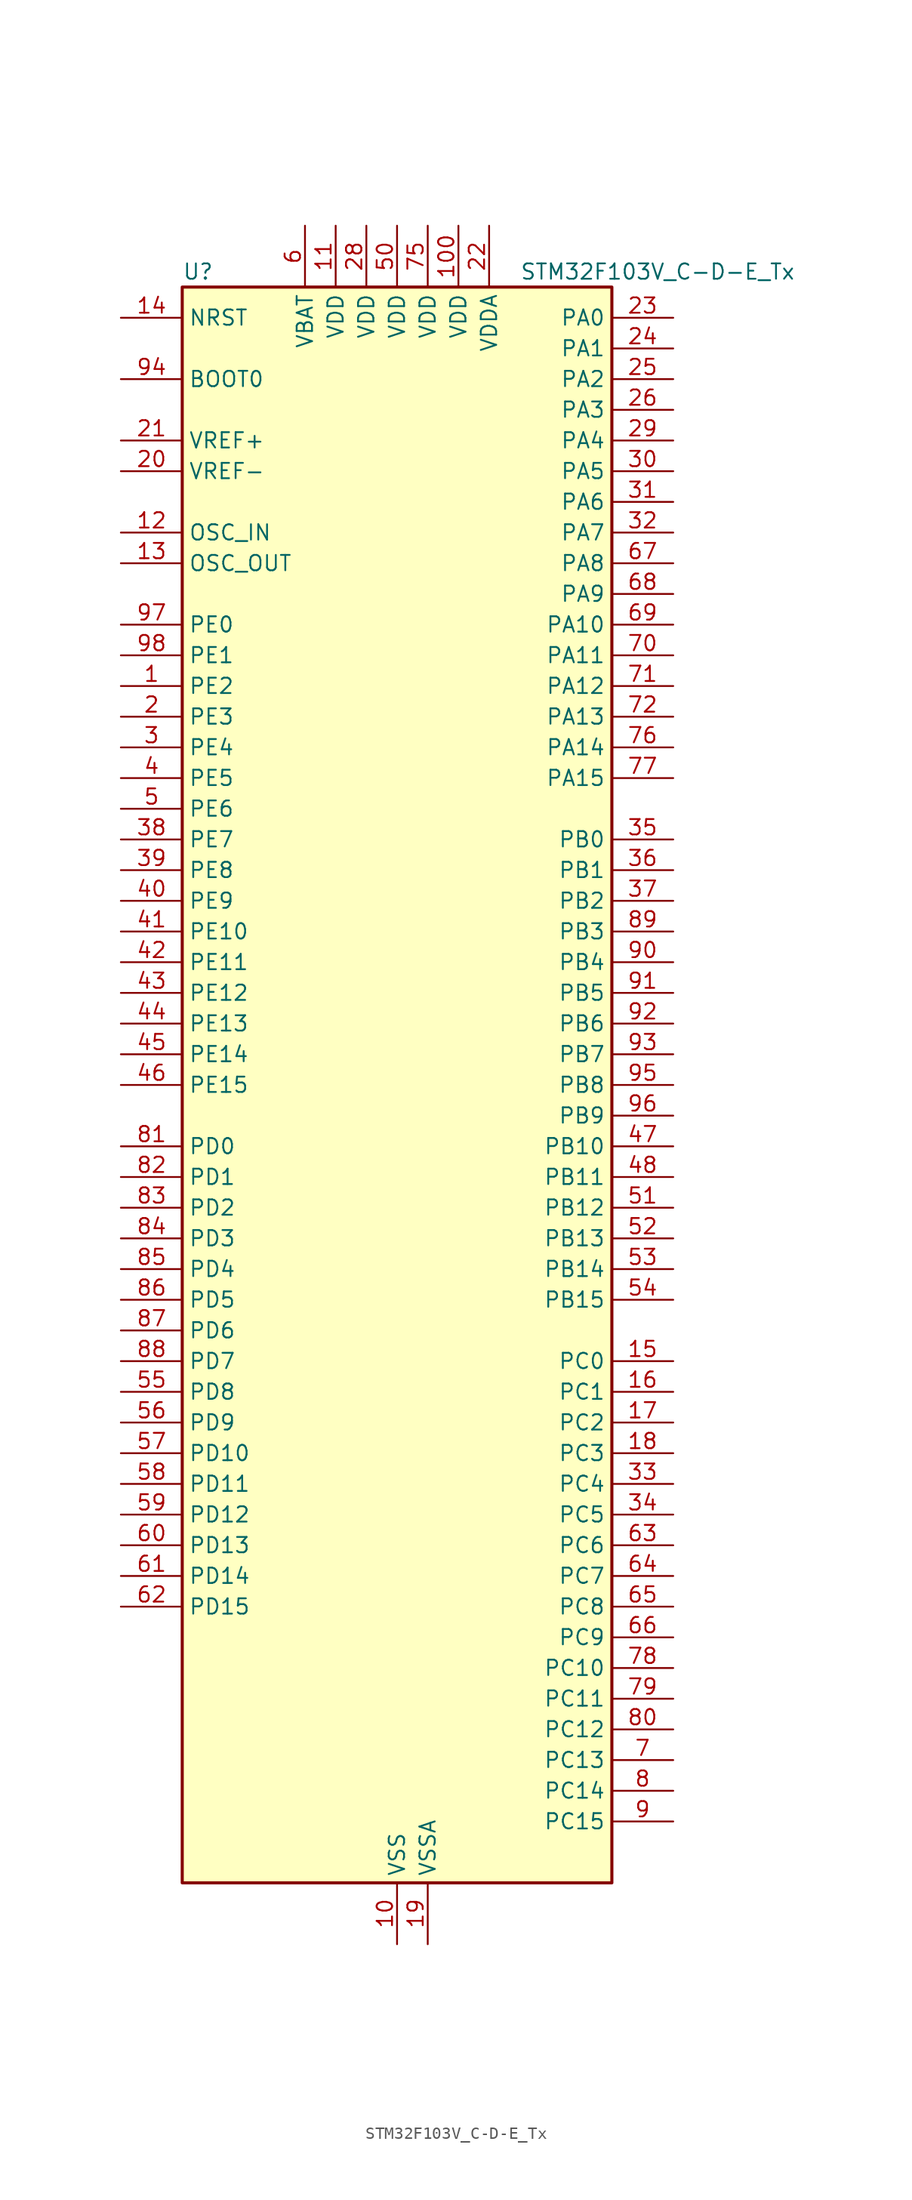
<source format=kicad_sym>
(kicad_symbol_lib
  (version 20220914)
  (generator kicad_symbol_editor)
  (symbol "STM32F103V_C-D-E_Tx"
    (property "Reference" "U"
      (at -17.78 67.31 0)
      (effects (font (size 1.27 1.27)) (justify left)))
    (property "Value" "STM32F103V_C-D-E_Tx"
      (at 10.16 67.31 0)
      (effects (font (size 1.27 1.27)) (justify left)))
    (property "ki_locked" ""
      (at 0 0 0)
      (effects (font (size 1.27 1.27))))
    (symbol "STM32F103V_C-D-E_Tx_0_1"
      (rectangle (start -17.78 -66.04) (end 17.78 66.04) (stroke (width 0.254) (type default)) (fill (type background))))
    (symbol "STM32F103V_C-D-E_Tx_1_1"
      (pin bidirectional line (at -22.86 33.02 0) (length 5.08) (name "PE2" (effects (font (size 1.27 1.27)))) (number "1" (effects (font (size 1.27 1.27)))) (alternate "FSMC_A23" bidirectional line) (alternate "SYS_TRACECLK" bidirectional line))
      (pin power_in line (at 0 -71.12 90) (length 5.08) (name "VSS" (effects (font (size 1.27 1.27)))) (number "10" (effects (font (size 1.27 1.27)))))
      (pin power_in line (at 5.08 71.12 270) (length 5.08) (name "VDD" (effects (font (size 1.27 1.27)))) (number "100" (effects (font (size 1.27 1.27)))))
      (pin power_in line (at -5.08 71.12 270) (length 5.08) (name "VDD" (effects (font (size 1.27 1.27)))) (number "11" (effects (font (size 1.27 1.27)))))
      (pin input line (at -22.86 45.72 0) (length 5.08) (name "OSC_IN" (effects (font (size 1.27 1.27)))) (number "12" (effects (font (size 1.27 1.27)))) (alternate "RCC_OSC_IN" bidirectional line))
      (pin input line (at -22.86 43.18 0) (length 5.08) (name "OSC_OUT" (effects (font (size 1.27 1.27)))) (number "13" (effects (font (size 1.27 1.27)))) (alternate "RCC_OSC_OUT" bidirectional line))
      (pin input line (at -22.86 63.5 0) (length 5.08) (name "NRST" (effects (font (size 1.27 1.27)))) (number "14" (effects (font (size 1.27 1.27)))))
      (pin bidirectional line (at 22.86 -22.86 180) (length 5.08) (name "PC0" (effects (font (size 1.27 1.27)))) (number "15" (effects (font (size 1.27 1.27)))) (alternate "ADC1_IN10" bidirectional line) (alternate "ADC2_IN10" bidirectional line) (alternate "ADC3_IN10" bidirectional line))
      (pin bidirectional line (at 22.86 -25.4 180) (length 5.08) (name "PC1" (effects (font (size 1.27 1.27)))) (number "16" (effects (font (size 1.27 1.27)))) (alternate "ADC1_IN11" bidirectional line) (alternate "ADC2_IN11" bidirectional line) (alternate "ADC3_IN11" bidirectional line))
      (pin bidirectional line (at 22.86 -27.94 180) (length 5.08) (name "PC2" (effects (font (size 1.27 1.27)))) (number "17" (effects (font (size 1.27 1.27)))) (alternate "ADC1_IN12" bidirectional line) (alternate "ADC2_IN12" bidirectional line) (alternate "ADC3_IN12" bidirectional line))
      (pin bidirectional line (at 22.86 -30.48 180) (length 5.08) (name "PC3" (effects (font (size 1.27 1.27)))) (number "18" (effects (font (size 1.27 1.27)))) (alternate "ADC1_IN13" bidirectional line) (alternate "ADC2_IN13" bidirectional line) (alternate "ADC3_IN13" bidirectional line))
      (pin power_in line (at 2.54 -71.12 90) (length 5.08) (name "VSSA" (effects (font (size 1.27 1.27)))) (number "19" (effects (font (size 1.27 1.27)))))
      (pin bidirectional line (at -22.86 30.48 0) (length 5.08) (name "PE3" (effects (font (size 1.27 1.27)))) (number "2" (effects (font (size 1.27 1.27)))) (alternate "FSMC_A19" bidirectional line) (alternate "SYS_TRACED0" bidirectional line))
      (pin input line (at -22.86 50.8 0) (length 5.08) (name "VREF-" (effects (font (size 1.27 1.27)))) (number "20" (effects (font (size 1.27 1.27)))))
      (pin input line (at -22.86 53.34 0) (length 5.08) (name "VREF+" (effects (font (size 1.27 1.27)))) (number "21" (effects (font (size 1.27 1.27)))))
      (pin power_in line (at 7.62 71.12 270) (length 5.08) (name "VDDA" (effects (font (size 1.27 1.27)))) (number "22" (effects (font (size 1.27 1.27)))))
      (pin bidirectional line (at 22.86 63.5 180) (length 5.08) (name "PA0" (effects (font (size 1.27 1.27)))) (number "23" (effects (font (size 1.27 1.27)))) (alternate "ADC1_IN0" bidirectional line) (alternate "ADC2_IN0" bidirectional line) (alternate "ADC3_IN0" bidirectional line) (alternate "SYS_WKUP" bidirectional line) (alternate "TIM2_CH1" bidirectional line) (alternate "TIM2_ETR" bidirectional line) (alternate "TIM5_CH1" bidirectional line) (alternate "TIM8_ETR" bidirectional line) (alternate "USART2_CTS" bidirectional line))
      (pin bidirectional line (at 22.86 60.96 180) (length 5.08) (name "PA1" (effects (font (size 1.27 1.27)))) (number "24" (effects (font (size 1.27 1.27)))) (alternate "ADC1_IN1" bidirectional line) (alternate "ADC2_IN1" bidirectional line) (alternate "ADC3_IN1" bidirectional line) (alternate "TIM2_CH2" bidirectional line) (alternate "TIM5_CH2" bidirectional line) (alternate "USART2_RTS" bidirectional line))
      (pin bidirectional line (at 22.86 58.42 180) (length 5.08) (name "PA2" (effects (font (size 1.27 1.27)))) (number "25" (effects (font (size 1.27 1.27)))) (alternate "ADC1_IN2" bidirectional line) (alternate "ADC2_IN2" bidirectional line) (alternate "ADC3_IN2" bidirectional line) (alternate "TIM2_CH3" bidirectional line) (alternate "TIM5_CH3" bidirectional line) (alternate "USART2_TX" bidirectional line))
      (pin bidirectional line (at 22.86 55.88 180) (length 5.08) (name "PA3" (effects (font (size 1.27 1.27)))) (number "26" (effects (font (size 1.27 1.27)))) (alternate "ADC1_IN3" bidirectional line) (alternate "ADC2_IN3" bidirectional line) (alternate "ADC3_IN3" bidirectional line) (alternate "TIM2_CH4" bidirectional line) (alternate "TIM5_CH4" bidirectional line) (alternate "USART2_RX" bidirectional line))
      (pin passive line (at 0 -71.12 90) (length 5.08) hide (name "VSS" (effects (font (size 1.27 1.27)))) (number "27" (effects (font (size 1.27 1.27)))))
      (pin power_in line (at -2.54 71.12 270) (length 5.08) (name "VDD" (effects (font (size 1.27 1.27)))) (number "28" (effects (font (size 1.27 1.27)))))
      (pin bidirectional line (at 22.86 53.34 180) (length 5.08) (name "PA4" (effects (font (size 1.27 1.27)))) (number "29" (effects (font (size 1.27 1.27)))) (alternate "ADC1_IN4" bidirectional line) (alternate "ADC2_IN4" bidirectional line) (alternate "DAC_OUT1" bidirectional line) (alternate "SPI1_NSS" bidirectional line) (alternate "USART2_CK" bidirectional line))
      (pin bidirectional line (at -22.86 27.94 0) (length 5.08) (name "PE4" (effects (font (size 1.27 1.27)))) (number "3" (effects (font (size 1.27 1.27)))) (alternate "FSMC_A20" bidirectional line) (alternate "SYS_TRACED1" bidirectional line))
      (pin bidirectional line (at 22.86 50.8 180) (length 5.08) (name "PA5" (effects (font (size 1.27 1.27)))) (number "30" (effects (font (size 1.27 1.27)))) (alternate "ADC1_IN5" bidirectional line) (alternate "ADC2_IN5" bidirectional line) (alternate "DAC_OUT2" bidirectional line) (alternate "SPI1_SCK" bidirectional line))
      (pin bidirectional line (at 22.86 48.26 180) (length 5.08) (name "PA6" (effects (font (size 1.27 1.27)))) (number "31" (effects (font (size 1.27 1.27)))) (alternate "ADC1_IN6" bidirectional line) (alternate "ADC2_IN6" bidirectional line) (alternate "SPI1_MISO" bidirectional line) (alternate "TIM1_BKIN" bidirectional line) (alternate "TIM3_CH1" bidirectional line) (alternate "TIM8_BKIN" bidirectional line))
      (pin bidirectional line (at 22.86 45.72 180) (length 5.08) (name "PA7" (effects (font (size 1.27 1.27)))) (number "32" (effects (font (size 1.27 1.27)))) (alternate "ADC1_IN7" bidirectional line) (alternate "ADC2_IN7" bidirectional line) (alternate "SPI1_MOSI" bidirectional line) (alternate "TIM1_CH1N" bidirectional line) (alternate "TIM3_CH2" bidirectional line) (alternate "TIM8_CH1N" bidirectional line))
      (pin bidirectional line (at 22.86 -33.02 180) (length 5.08) (name "PC4" (effects (font (size 1.27 1.27)))) (number "33" (effects (font (size 1.27 1.27)))) (alternate "ADC1_IN14" bidirectional line) (alternate "ADC2_IN14" bidirectional line))
      (pin bidirectional line (at 22.86 -35.56 180) (length 5.08) (name "PC5" (effects (font (size 1.27 1.27)))) (number "34" (effects (font (size 1.27 1.27)))) (alternate "ADC1_IN15" bidirectional line) (alternate "ADC2_IN15" bidirectional line))
      (pin bidirectional line (at 22.86 20.32 180) (length 5.08) (name "PB0" (effects (font (size 1.27 1.27)))) (number "35" (effects (font (size 1.27 1.27)))) (alternate "ADC1_IN8" bidirectional line) (alternate "ADC2_IN8" bidirectional line) (alternate "TIM1_CH2N" bidirectional line) (alternate "TIM3_CH3" bidirectional line) (alternate "TIM8_CH2N" bidirectional line))
      (pin bidirectional line (at 22.86 17.78 180) (length 5.08) (name "PB1" (effects (font (size 1.27 1.27)))) (number "36" (effects (font (size 1.27 1.27)))) (alternate "ADC1_IN9" bidirectional line) (alternate "ADC2_IN9" bidirectional line) (alternate "TIM1_CH3N" bidirectional line) (alternate "TIM3_CH4" bidirectional line) (alternate "TIM8_CH3N" bidirectional line))
      (pin bidirectional line (at 22.86 15.24 180) (length 5.08) (name "PB2" (effects (font (size 1.27 1.27)))) (number "37" (effects (font (size 1.27 1.27)))))
      (pin bidirectional line (at -22.86 20.32 0) (length 5.08) (name "PE7" (effects (font (size 1.27 1.27)))) (number "38" (effects (font (size 1.27 1.27)))) (alternate "FSMC_D4" bidirectional line) (alternate "FSMC_DA4" bidirectional line) (alternate "TIM1_ETR" bidirectional line))
      (pin bidirectional line (at -22.86 17.78 0) (length 5.08) (name "PE8" (effects (font (size 1.27 1.27)))) (number "39" (effects (font (size 1.27 1.27)))) (alternate "FSMC_D5" bidirectional line) (alternate "FSMC_DA5" bidirectional line) (alternate "TIM1_CH1N" bidirectional line))
      (pin bidirectional line (at -22.86 25.4 0) (length 5.08) (name "PE5" (effects (font (size 1.27 1.27)))) (number "4" (effects (font (size 1.27 1.27)))) (alternate "FSMC_A21" bidirectional line) (alternate "SYS_TRACED2" bidirectional line))
      (pin bidirectional line (at -22.86 15.24 0) (length 5.08) (name "PE9" (effects (font (size 1.27 1.27)))) (number "40" (effects (font (size 1.27 1.27)))) (alternate "DAC_EXTI9" bidirectional line) (alternate "FSMC_D6" bidirectional line) (alternate "FSMC_DA6" bidirectional line) (alternate "TIM1_CH1" bidirectional line))
      (pin bidirectional line (at -22.86 12.7 0) (length 5.08) (name "PE10" (effects (font (size 1.27 1.27)))) (number "41" (effects (font (size 1.27 1.27)))) (alternate "FSMC_D7" bidirectional line) (alternate "FSMC_DA7" bidirectional line) (alternate "TIM1_CH2N" bidirectional line))
      (pin bidirectional line (at -22.86 10.16 0) (length 5.08) (name "PE11" (effects (font (size 1.27 1.27)))) (number "42" (effects (font (size 1.27 1.27)))) (alternate "ADC1_EXTI11" bidirectional line) (alternate "ADC2_EXTI11" bidirectional line) (alternate "FSMC_D8" bidirectional line) (alternate "FSMC_DA8" bidirectional line) (alternate "TIM1_CH2" bidirectional line))
      (pin bidirectional line (at -22.86 7.62 0) (length 5.08) (name "PE12" (effects (font (size 1.27 1.27)))) (number "43" (effects (font (size 1.27 1.27)))) (alternate "FSMC_D9" bidirectional line) (alternate "FSMC_DA9" bidirectional line) (alternate "TIM1_CH3N" bidirectional line))
      (pin bidirectional line (at -22.86 5.08 0) (length 5.08) (name "PE13" (effects (font (size 1.27 1.27)))) (number "44" (effects (font (size 1.27 1.27)))) (alternate "FSMC_D10" bidirectional line) (alternate "FSMC_DA10" bidirectional line) (alternate "TIM1_CH3" bidirectional line))
      (pin bidirectional line (at -22.86 2.54 0) (length 5.08) (name "PE14" (effects (font (size 1.27 1.27)))) (number "45" (effects (font (size 1.27 1.27)))) (alternate "FSMC_D11" bidirectional line) (alternate "FSMC_DA11" bidirectional line) (alternate "TIM1_CH4" bidirectional line))
      (pin bidirectional line (at -22.86 0 0) (length 5.08) (name "PE15" (effects (font (size 1.27 1.27)))) (number "46" (effects (font (size 1.27 1.27)))) (alternate "ADC1_EXTI15" bidirectional line) (alternate "ADC2_EXTI15" bidirectional line) (alternate "FSMC_D12" bidirectional line) (alternate "FSMC_DA12" bidirectional line) (alternate "TIM1_BKIN" bidirectional line))
      (pin bidirectional line (at 22.86 -5.08 180) (length 5.08) (name "PB10" (effects (font (size 1.27 1.27)))) (number "47" (effects (font (size 1.27 1.27)))) (alternate "I2C2_SCL" bidirectional line) (alternate "TIM2_CH3" bidirectional line) (alternate "USART3_TX" bidirectional line))
      (pin bidirectional line (at 22.86 -7.62 180) (length 5.08) (name "PB11" (effects (font (size 1.27 1.27)))) (number "48" (effects (font (size 1.27 1.27)))) (alternate "ADC1_EXTI11" bidirectional line) (alternate "ADC2_EXTI11" bidirectional line) (alternate "I2C2_SDA" bidirectional line) (alternate "TIM2_CH4" bidirectional line) (alternate "USART3_RX" bidirectional line))
      (pin passive line (at 0 -71.12 90) (length 5.08) hide (name "VSS" (effects (font (size 1.27 1.27)))) (number "49" (effects (font (size 1.27 1.27)))))
      (pin bidirectional line (at -22.86 22.86 0) (length 5.08) (name "PE6" (effects (font (size 1.27 1.27)))) (number "5" (effects (font (size 1.27 1.27)))) (alternate "FSMC_A22" bidirectional line) (alternate "SYS_TRACED3" bidirectional line))
      (pin power_in line (at 0 71.12 270) (length 5.08) (name "VDD" (effects (font (size 1.27 1.27)))) (number "50" (effects (font (size 1.27 1.27)))))
      (pin bidirectional line (at 22.86 -10.16 180) (length 5.08) (name "PB12" (effects (font (size 1.27 1.27)))) (number "51" (effects (font (size 1.27 1.27)))) (alternate "I2C2_SMBA" bidirectional line) (alternate "I2S2_WS" bidirectional line) (alternate "SPI2_NSS" bidirectional line) (alternate "TIM1_BKIN" bidirectional line) (alternate "USART3_CK" bidirectional line))
      (pin bidirectional line (at 22.86 -12.7 180) (length 5.08) (name "PB13" (effects (font (size 1.27 1.27)))) (number "52" (effects (font (size 1.27 1.27)))) (alternate "I2S2_CK" bidirectional line) (alternate "SPI2_SCK" bidirectional line) (alternate "TIM1_CH1N" bidirectional line) (alternate "USART3_CTS" bidirectional line))
      (pin bidirectional line (at 22.86 -15.24 180) (length 5.08) (name "PB14" (effects (font (size 1.27 1.27)))) (number "53" (effects (font (size 1.27 1.27)))) (alternate "SPI2_MISO" bidirectional line) (alternate "TIM1_CH2N" bidirectional line) (alternate "USART3_RTS" bidirectional line))
      (pin bidirectional line (at 22.86 -17.78 180) (length 5.08) (name "PB15" (effects (font (size 1.27 1.27)))) (number "54" (effects (font (size 1.27 1.27)))) (alternate "ADC1_EXTI15" bidirectional line) (alternate "ADC2_EXTI15" bidirectional line) (alternate "I2S2_SD" bidirectional line) (alternate "SPI2_MOSI" bidirectional line) (alternate "TIM1_CH3N" bidirectional line))
      (pin bidirectional line (at -22.86 -25.4 0) (length 5.08) (name "PD8" (effects (font (size 1.27 1.27)))) (number "55" (effects (font (size 1.27 1.27)))) (alternate "FSMC_D13" bidirectional line) (alternate "FSMC_DA13" bidirectional line) (alternate "USART3_TX" bidirectional line))
      (pin bidirectional line (at -22.86 -27.94 0) (length 5.08) (name "PD9" (effects (font (size 1.27 1.27)))) (number "56" (effects (font (size 1.27 1.27)))) (alternate "DAC_EXTI9" bidirectional line) (alternate "FSMC_D14" bidirectional line) (alternate "FSMC_DA14" bidirectional line) (alternate "USART3_RX" bidirectional line))
      (pin bidirectional line (at -22.86 -30.48 0) (length 5.08) (name "PD10" (effects (font (size 1.27 1.27)))) (number "57" (effects (font (size 1.27 1.27)))) (alternate "FSMC_D15" bidirectional line) (alternate "FSMC_DA15" bidirectional line) (alternate "USART3_CK" bidirectional line))
      (pin bidirectional line (at -22.86 -33.02 0) (length 5.08) (name "PD11" (effects (font (size 1.27 1.27)))) (number "58" (effects (font (size 1.27 1.27)))) (alternate "ADC1_EXTI11" bidirectional line) (alternate "ADC2_EXTI11" bidirectional line) (alternate "FSMC_A16" bidirectional line) (alternate "FSMC_CLE" bidirectional line) (alternate "USART3_CTS" bidirectional line))
      (pin bidirectional line (at -22.86 -35.56 0) (length 5.08) (name "PD12" (effects (font (size 1.27 1.27)))) (number "59" (effects (font (size 1.27 1.27)))) (alternate "FSMC_A17" bidirectional line) (alternate "FSMC_ALE" bidirectional line) (alternate "TIM4_CH1" bidirectional line) (alternate "USART3_RTS" bidirectional line))
      (pin power_in line (at -7.62 71.12 270) (length 5.08) (name "VBAT" (effects (font (size 1.27 1.27)))) (number "6" (effects (font (size 1.27 1.27)))))
      (pin bidirectional line (at -22.86 -38.1 0) (length 5.08) (name "PD13" (effects (font (size 1.27 1.27)))) (number "60" (effects (font (size 1.27 1.27)))) (alternate "FSMC_A18" bidirectional line) (alternate "TIM4_CH2" bidirectional line))
      (pin bidirectional line (at -22.86 -40.64 0) (length 5.08) (name "PD14" (effects (font (size 1.27 1.27)))) (number "61" (effects (font (size 1.27 1.27)))) (alternate "FSMC_D0" bidirectional line) (alternate "FSMC_DA0" bidirectional line) (alternate "TIM4_CH3" bidirectional line))
      (pin bidirectional line (at -22.86 -43.18 0) (length 5.08) (name "PD15" (effects (font (size 1.27 1.27)))) (number "62" (effects (font (size 1.27 1.27)))) (alternate "ADC1_EXTI15" bidirectional line) (alternate "ADC2_EXTI15" bidirectional line) (alternate "FSMC_D1" bidirectional line) (alternate "FSMC_DA1" bidirectional line) (alternate "TIM4_CH4" bidirectional line))
      (pin bidirectional line (at 22.86 -38.1 180) (length 5.08) (name "PC6" (effects (font (size 1.27 1.27)))) (number "63" (effects (font (size 1.27 1.27)))) (alternate "I2S2_MCK" bidirectional line) (alternate "SDIO_D6" bidirectional line) (alternate "TIM3_CH1" bidirectional line) (alternate "TIM8_CH1" bidirectional line))
      (pin bidirectional line (at 22.86 -40.64 180) (length 5.08) (name "PC7" (effects (font (size 1.27 1.27)))) (number "64" (effects (font (size 1.27 1.27)))) (alternate "I2S3_MCK" bidirectional line) (alternate "SDIO_D7" bidirectional line) (alternate "TIM3_CH2" bidirectional line) (alternate "TIM8_CH2" bidirectional line))
      (pin bidirectional line (at 22.86 -43.18 180) (length 5.08) (name "PC8" (effects (font (size 1.27 1.27)))) (number "65" (effects (font (size 1.27 1.27)))) (alternate "SDIO_D0" bidirectional line) (alternate "TIM3_CH3" bidirectional line) (alternate "TIM8_CH3" bidirectional line))
      (pin bidirectional line (at 22.86 -45.72 180) (length 5.08) (name "PC9" (effects (font (size 1.27 1.27)))) (number "66" (effects (font (size 1.27 1.27)))) (alternate "DAC_EXTI9" bidirectional line) (alternate "SDIO_D1" bidirectional line) (alternate "TIM3_CH4" bidirectional line) (alternate "TIM8_CH4" bidirectional line))
      (pin bidirectional line (at 22.86 43.18 180) (length 5.08) (name "PA8" (effects (font (size 1.27 1.27)))) (number "67" (effects (font (size 1.27 1.27)))) (alternate "RCC_MCO" bidirectional line) (alternate "TIM1_CH1" bidirectional line) (alternate "USART1_CK" bidirectional line))
      (pin bidirectional line (at 22.86 40.64 180) (length 5.08) (name "PA9" (effects (font (size 1.27 1.27)))) (number "68" (effects (font (size 1.27 1.27)))) (alternate "DAC_EXTI9" bidirectional line) (alternate "TIM1_CH2" bidirectional line) (alternate "USART1_TX" bidirectional line))
      (pin bidirectional line (at 22.86 38.1 180) (length 5.08) (name "PA10" (effects (font (size 1.27 1.27)))) (number "69" (effects (font (size 1.27 1.27)))) (alternate "TIM1_CH3" bidirectional line) (alternate "USART1_RX" bidirectional line))
      (pin bidirectional line (at 22.86 -55.88 180) (length 5.08) (name "PC13" (effects (font (size 1.27 1.27)))) (number "7" (effects (font (size 1.27 1.27)))) (alternate "RTC_OUT" bidirectional line) (alternate "RTC_TAMPER" bidirectional line))
      (pin bidirectional line (at 22.86 35.56 180) (length 5.08) (name "PA11" (effects (font (size 1.27 1.27)))) (number "70" (effects (font (size 1.27 1.27)))) (alternate "ADC1_EXTI11" bidirectional line) (alternate "ADC2_EXTI11" bidirectional line) (alternate "CAN_RX" bidirectional line) (alternate "TIM1_CH4" bidirectional line) (alternate "USART1_CTS" bidirectional line) (alternate "USB_DM" bidirectional line))
      (pin bidirectional line (at 22.86 33.02 180) (length 5.08) (name "PA12" (effects (font (size 1.27 1.27)))) (number "71" (effects (font (size 1.27 1.27)))) (alternate "CAN_TX" bidirectional line) (alternate "TIM1_ETR" bidirectional line) (alternate "USART1_RTS" bidirectional line) (alternate "USB_DP" bidirectional line))
      (pin bidirectional line (at 22.86 30.48 180) (length 5.08) (name "PA13" (effects (font (size 1.27 1.27)))) (number "72" (effects (font (size 1.27 1.27)))) (alternate "SYS_JTMS-SWDIO" bidirectional line))
      (pin no_connect line (at -17.78 -66.04 0) (length 5.08) hide (name "NC" (effects (font (size 1.27 1.27)))) (number "73" (effects (font (size 1.27 1.27)))))
      (pin passive line (at 0 -71.12 90) (length 5.08) hide (name "VSS" (effects (font (size 1.27 1.27)))) (number "74" (effects (font (size 1.27 1.27)))))
      (pin power_in line (at 2.54 71.12 270) (length 5.08) (name "VDD" (effects (font (size 1.27 1.27)))) (number "75" (effects (font (size 1.27 1.27)))))
      (pin bidirectional line (at 22.86 27.94 180) (length 5.08) (name "PA14" (effects (font (size 1.27 1.27)))) (number "76" (effects (font (size 1.27 1.27)))) (alternate "SYS_JTCK-SWCLK" bidirectional line))
      (pin bidirectional line (at 22.86 25.4 180) (length 5.08) (name "PA15" (effects (font (size 1.27 1.27)))) (number "77" (effects (font (size 1.27 1.27)))) (alternate "ADC1_EXTI15" bidirectional line) (alternate "ADC2_EXTI15" bidirectional line) (alternate "I2S3_WS" bidirectional line) (alternate "SPI1_NSS" bidirectional line) (alternate "SPI3_NSS" bidirectional line) (alternate "SYS_JTDI" bidirectional line) (alternate "TIM2_CH1" bidirectional line) (alternate "TIM2_ETR" bidirectional line))
      (pin bidirectional line (at 22.86 -48.26 180) (length 5.08) (name "PC10" (effects (font (size 1.27 1.27)))) (number "78" (effects (font (size 1.27 1.27)))) (alternate "SDIO_D2" bidirectional line) (alternate "UART4_TX" bidirectional line) (alternate "USART3_TX" bidirectional line))
      (pin bidirectional line (at 22.86 -50.8 180) (length 5.08) (name "PC11" (effects (font (size 1.27 1.27)))) (number "79" (effects (font (size 1.27 1.27)))) (alternate "ADC1_EXTI11" bidirectional line) (alternate "ADC2_EXTI11" bidirectional line) (alternate "SDIO_D3" bidirectional line) (alternate "UART4_RX" bidirectional line) (alternate "USART3_RX" bidirectional line))
      (pin bidirectional line (at 22.86 -58.42 180) (length 5.08) (name "PC14" (effects (font (size 1.27 1.27)))) (number "8" (effects (font (size 1.27 1.27)))) (alternate "RCC_OSC32_IN" bidirectional line))
      (pin bidirectional line (at 22.86 -53.34 180) (length 5.08) (name "PC12" (effects (font (size 1.27 1.27)))) (number "80" (effects (font (size 1.27 1.27)))) (alternate "SDIO_CK" bidirectional line) (alternate "UART5_TX" bidirectional line) (alternate "USART3_CK" bidirectional line))
      (pin bidirectional line (at -22.86 -5.08 0) (length 5.08) (name "PD0" (effects (font (size 1.27 1.27)))) (number "81" (effects (font (size 1.27 1.27)))) (alternate "CAN_RX" bidirectional line) (alternate "FSMC_D2" bidirectional line) (alternate "FSMC_DA2" bidirectional line))
      (pin bidirectional line (at -22.86 -7.62 0) (length 5.08) (name "PD1" (effects (font (size 1.27 1.27)))) (number "82" (effects (font (size 1.27 1.27)))) (alternate "CAN_TX" bidirectional line) (alternate "FSMC_D3" bidirectional line) (alternate "FSMC_DA3" bidirectional line))
      (pin bidirectional line (at -22.86 -10.16 0) (length 5.08) (name "PD2" (effects (font (size 1.27 1.27)))) (number "83" (effects (font (size 1.27 1.27)))) (alternate "SDIO_CMD" bidirectional line) (alternate "TIM3_ETR" bidirectional line) (alternate "UART5_RX" bidirectional line))
      (pin bidirectional line (at -22.86 -12.7 0) (length 5.08) (name "PD3" (effects (font (size 1.27 1.27)))) (number "84" (effects (font (size 1.27 1.27)))) (alternate "FSMC_CLK" bidirectional line) (alternate "USART2_CTS" bidirectional line))
      (pin bidirectional line (at -22.86 -15.24 0) (length 5.08) (name "PD4" (effects (font (size 1.27 1.27)))) (number "85" (effects (font (size 1.27 1.27)))) (alternate "FSMC_NOE" bidirectional line) (alternate "USART2_RTS" bidirectional line))
      (pin bidirectional line (at -22.86 -17.78 0) (length 5.08) (name "PD5" (effects (font (size 1.27 1.27)))) (number "86" (effects (font (size 1.27 1.27)))) (alternate "FSMC_NWE" bidirectional line) (alternate "USART2_TX" bidirectional line))
      (pin bidirectional line (at -22.86 -20.32 0) (length 5.08) (name "PD6" (effects (font (size 1.27 1.27)))) (number "87" (effects (font (size 1.27 1.27)))) (alternate "FSMC_NWAIT" bidirectional line) (alternate "USART2_RX" bidirectional line))
      (pin bidirectional line (at -22.86 -22.86 0) (length 5.08) (name "PD7" (effects (font (size 1.27 1.27)))) (number "88" (effects (font (size 1.27 1.27)))) (alternate "FSMC_NCE2" bidirectional line) (alternate "FSMC_NE1" bidirectional line) (alternate "USART2_CK" bidirectional line))
      (pin bidirectional line (at 22.86 12.7 180) (length 5.08) (name "PB3" (effects (font (size 1.27 1.27)))) (number "89" (effects (font (size 1.27 1.27)))) (alternate "I2S3_CK" bidirectional line) (alternate "SPI1_SCK" bidirectional line) (alternate "SPI3_SCK" bidirectional line) (alternate "SYS_JTDO-TRACESWO" bidirectional line) (alternate "TIM2_CH2" bidirectional line))
      (pin bidirectional line (at 22.86 -60.96 180) (length 5.08) (name "PC15" (effects (font (size 1.27 1.27)))) (number "9" (effects (font (size 1.27 1.27)))) (alternate "ADC1_EXTI15" bidirectional line) (alternate "ADC2_EXTI15" bidirectional line) (alternate "RCC_OSC32_OUT" bidirectional line))
      (pin bidirectional line (at 22.86 10.16 180) (length 5.08) (name "PB4" (effects (font (size 1.27 1.27)))) (number "90" (effects (font (size 1.27 1.27)))) (alternate "SPI1_MISO" bidirectional line) (alternate "SPI3_MISO" bidirectional line) (alternate "SYS_NJTRST" bidirectional line) (alternate "TIM3_CH1" bidirectional line))
      (pin bidirectional line (at 22.86 7.62 180) (length 5.08) (name "PB5" (effects (font (size 1.27 1.27)))) (number "91" (effects (font (size 1.27 1.27)))) (alternate "I2C1_SMBA" bidirectional line) (alternate "I2S3_SD" bidirectional line) (alternate "SPI1_MOSI" bidirectional line) (alternate "SPI3_MOSI" bidirectional line) (alternate "TIM3_CH2" bidirectional line))
      (pin bidirectional line (at 22.86 5.08 180) (length 5.08) (name "PB6" (effects (font (size 1.27 1.27)))) (number "92" (effects (font (size 1.27 1.27)))) (alternate "I2C1_SCL" bidirectional line) (alternate "TIM4_CH1" bidirectional line) (alternate "USART1_TX" bidirectional line))
      (pin bidirectional line (at 22.86 2.54 180) (length 5.08) (name "PB7" (effects (font (size 1.27 1.27)))) (number "93" (effects (font (size 1.27 1.27)))) (alternate "FSMC_NL" bidirectional line) (alternate "I2C1_SDA" bidirectional line) (alternate "TIM4_CH2" bidirectional line) (alternate "USART1_RX" bidirectional line))
      (pin input line (at -22.86 58.42 0) (length 5.08) (name "BOOT0" (effects (font (size 1.27 1.27)))) (number "94" (effects (font (size 1.27 1.27)))))
      (pin bidirectional line (at 22.86 0 180) (length 5.08) (name "PB8" (effects (font (size 1.27 1.27)))) (number "95" (effects (font (size 1.27 1.27)))) (alternate "CAN_RX" bidirectional line) (alternate "I2C1_SCL" bidirectional line) (alternate "SDIO_D4" bidirectional line) (alternate "TIM4_CH3" bidirectional line))
      (pin bidirectional line (at 22.86 -2.54 180) (length 5.08) (name "PB9" (effects (font (size 1.27 1.27)))) (number "96" (effects (font (size 1.27 1.27)))) (alternate "CAN_TX" bidirectional line) (alternate "DAC_EXTI9" bidirectional line) (alternate "I2C1_SDA" bidirectional line) (alternate "SDIO_D5" bidirectional line) (alternate "TIM4_CH4" bidirectional line))
      (pin bidirectional line (at -22.86 38.1 0) (length 5.08) (name "PE0" (effects (font (size 1.27 1.27)))) (number "97" (effects (font (size 1.27 1.27)))) (alternate "FSMC_NBL0" bidirectional line) (alternate "TIM4_ETR" bidirectional line))
      (pin bidirectional line (at -22.86 35.56 0) (length 5.08) (name "PE1" (effects (font (size 1.27 1.27)))) (number "98" (effects (font (size 1.27 1.27)))) (alternate "FSMC_NBL1" bidirectional line))
      (pin passive line (at 0 -71.12 90) (length 5.08) hide (name "VSS" (effects (font (size 1.27 1.27)))) (number "99" (effects (font (size 1.27 1.27))))))))
</source>
